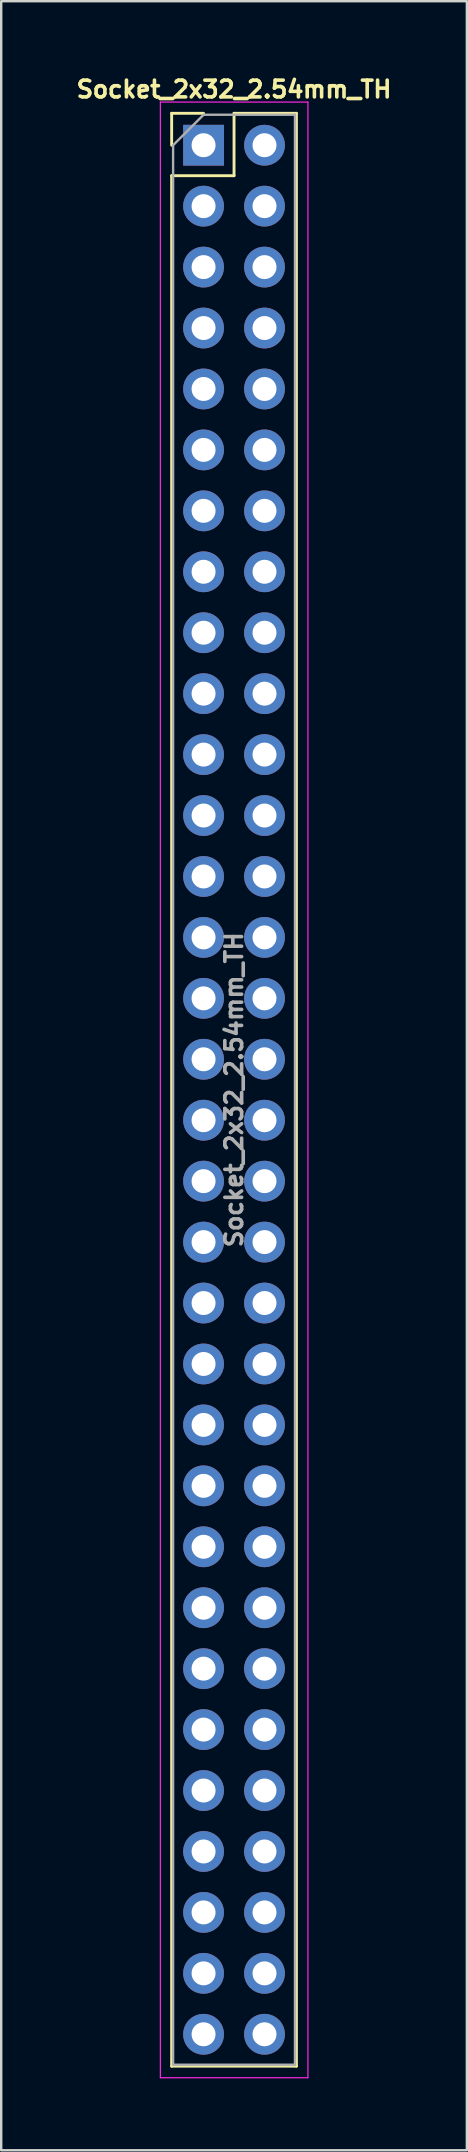
<source format=kicad_pcb>
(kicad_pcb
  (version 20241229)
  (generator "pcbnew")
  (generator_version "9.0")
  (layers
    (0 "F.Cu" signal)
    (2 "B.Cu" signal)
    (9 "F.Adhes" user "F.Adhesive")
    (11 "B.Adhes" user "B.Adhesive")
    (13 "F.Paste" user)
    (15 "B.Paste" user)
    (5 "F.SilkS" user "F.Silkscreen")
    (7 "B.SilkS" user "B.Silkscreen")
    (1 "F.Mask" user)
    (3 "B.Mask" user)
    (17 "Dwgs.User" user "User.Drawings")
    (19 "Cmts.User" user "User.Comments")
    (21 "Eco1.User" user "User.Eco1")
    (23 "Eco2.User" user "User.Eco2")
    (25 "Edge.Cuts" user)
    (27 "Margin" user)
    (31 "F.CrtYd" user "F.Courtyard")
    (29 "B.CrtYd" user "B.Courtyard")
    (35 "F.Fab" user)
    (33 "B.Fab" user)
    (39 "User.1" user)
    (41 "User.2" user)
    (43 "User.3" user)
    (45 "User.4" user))
  (footprint "Socket_2x32_2.54mm_TH"
    (layer "F.Cu")
    (at 5.435 3.003)
    (property "Reference" "Socket_2x32_2.54mm_TH" (at 1.27 -2.33 0) (layer "F.SilkS") (effects (font (size 0.7 0.7) (thickness 0.15))))
    (attr through_hole)
    (fp_line (start -1.33 -1.33) (end 0 -1.33) (stroke (width 0.12) (type solid)) (layer "F.SilkS"))
    (fp_line (start -1.33 0) (end -1.33 -1.33) (stroke (width 0.12) (type solid)) (layer "F.SilkS"))
    (fp_line (start -1.33 1.27) (end -1.33 80.07) (stroke (width 0.12) (type solid)) (layer "F.SilkS"))
    (fp_line (start -1.33 1.27) (end 1.27 1.27) (stroke (width 0.12) (type solid)) (layer "F.SilkS"))
    (fp_line (start -1.33 80.07) (end 3.87 80.07) (stroke (width 0.12) (type solid)) (layer "F.SilkS"))
    (fp_line (start 1.27 -1.33) (end 3.87 -1.33) (stroke (width 0.12) (type solid)) (layer "F.SilkS"))
    (fp_line (start 1.27 1.27) (end 1.27 -1.33) (stroke (width 0.12) (type solid)) (layer "F.SilkS"))
    (fp_line (start 3.87 -1.33) (end 3.87 80.07) (stroke (width 0.12) (type solid)) (layer "F.SilkS"))
    (fp_line (start -1.8 -1.8) (end -1.8 80.55) (stroke (width 0.05) (type solid)) (layer "F.CrtYd"))
    (fp_line (start -1.8 80.55) (end 4.35 80.55) (stroke (width 0.05) (type solid)) (layer "F.CrtYd"))
    (fp_line (start 4.35 -1.8) (end -1.8 -1.8) (stroke (width 0.05) (type solid)) (layer "F.CrtYd"))
    (fp_line (start 4.35 80.55) (end 4.35 -1.8) (stroke (width 0.05) (type solid)) (layer "F.CrtYd"))
    (fp_line (start -1.27 0) (end 0 -1.27) (stroke (width 0.1) (type solid)) (layer "F.Fab"))
    (fp_line (start -1.27 80.01) (end -1.27 0) (stroke (width 0.1) (type solid)) (layer "F.Fab"))
    (fp_line (start 0 -1.27) (end 3.81 -1.27) (stroke (width 0.1) (type solid)) (layer "F.Fab"))
    (fp_line (start 3.81 -1.27) (end 3.81 80.01) (stroke (width 0.1) (type solid)) (layer "F.Fab"))
    (fp_line (start 3.81 80.01) (end -1.27 80.01) (stroke (width 0.1) (type solid)) (layer "F.Fab"))
    (fp_text user "${REFERENCE}" (at 1.27 39.37 90) (layer "F.Fab") (effects (font (size 0.7 0.7) (thickness 0.15))))
    (pad "1" thru_hole rect (at 0 0) (size 1.7 1.7) (drill 1) (layers "*.Cu" "*.Mask"))
    (pad "2" thru_hole oval (at 2.54 0) (size 1.7 1.7) (drill 1) (layers "*.Cu" "*.Mask"))
    (pad "3" thru_hole oval (at 0 2.54) (size 1.7 1.7) (drill 1) (layers "*.Cu" "*.Mask"))
    (pad "4" thru_hole oval (at 2.54 2.54) (size 1.7 1.7) (drill 1) (layers "*.Cu" "*.Mask"))
    (pad "5" thru_hole oval (at 0 5.08) (size 1.7 1.7) (drill 1) (layers "*.Cu" "*.Mask"))
    (pad "6" thru_hole oval (at 2.54 5.08) (size 1.7 1.7) (drill 1) (layers "*.Cu" "*.Mask"))
    (pad "7" thru_hole oval (at 0 7.62) (size 1.7 1.7) (drill 1) (layers "*.Cu" "*.Mask"))
    (pad "8" thru_hole oval (at 2.54 7.62) (size 1.7 1.7) (drill 1) (layers "*.Cu" "*.Mask"))
    (pad "9" thru_hole oval (at 0 10.16) (size 1.7 1.7) (drill 1) (layers "*.Cu" "*.Mask"))
    (pad "10" thru_hole oval (at 2.54 10.16) (size 1.7 1.7) (drill 1) (layers "*.Cu" "*.Mask"))
    (pad "11" thru_hole oval (at 0 12.7) (size 1.7 1.7) (drill 1) (layers "*.Cu" "*.Mask"))
    (pad "12" thru_hole oval (at 2.54 12.7) (size 1.7 1.7) (drill 1) (layers "*.Cu" "*.Mask"))
    (pad "13" thru_hole oval (at 0 15.24) (size 1.7 1.7) (drill 1) (layers "*.Cu" "*.Mask"))
    (pad "14" thru_hole oval (at 2.54 15.24) (size 1.7 1.7) (drill 1) (layers "*.Cu" "*.Mask"))
    (pad "15" thru_hole oval (at 0 17.78) (size 1.7 1.7) (drill 1) (layers "*.Cu" "*.Mask"))
    (pad "16" thru_hole oval (at 2.54 17.78) (size 1.7 1.7) (drill 1) (layers "*.Cu" "*.Mask"))
    (pad "17" thru_hole oval (at 0 20.32) (size 1.7 1.7) (drill 1) (layers "*.Cu" "*.Mask"))
    (pad "18" thru_hole oval (at 2.54 20.32) (size 1.7 1.7) (drill 1) (layers "*.Cu" "*.Mask"))
    (pad "19" thru_hole oval (at 0 22.86) (size 1.7 1.7) (drill 1) (layers "*.Cu" "*.Mask"))
    (pad "20" thru_hole oval (at 2.54 22.86) (size 1.7 1.7) (drill 1) (layers "*.Cu" "*.Mask"))
    (pad "21" thru_hole oval (at 0 25.4) (size 1.7 1.7) (drill 1) (layers "*.Cu" "*.Mask"))
    (pad "22" thru_hole oval (at 2.54 25.4) (size 1.7 1.7) (drill 1) (layers "*.Cu" "*.Mask"))
    (pad "23" thru_hole oval (at 0 27.94) (size 1.7 1.7) (drill 1) (layers "*.Cu" "*.Mask"))
    (pad "24" thru_hole oval (at 2.54 27.94) (size 1.7 1.7) (drill 1) (layers "*.Cu" "*.Mask"))
    (pad "25" thru_hole oval (at 0 30.48) (size 1.7 1.7) (drill 1) (layers "*.Cu" "*.Mask"))
    (pad "26" thru_hole oval (at 2.54 30.48) (size 1.7 1.7) (drill 1) (layers "*.Cu" "*.Mask"))
    (pad "27" thru_hole oval (at 0 33.02) (size 1.7 1.7) (drill 1) (layers "*.Cu" "*.Mask"))
    (pad "28" thru_hole oval (at 2.54 33.02) (size 1.7 1.7) (drill 1) (layers "*.Cu" "*.Mask"))
    (pad "29" thru_hole oval (at 0 35.56) (size 1.7 1.7) (drill 1) (layers "*.Cu" "*.Mask"))
    (pad "30" thru_hole oval (at 2.54 35.56) (size 1.7 1.7) (drill 1) (layers "*.Cu" "*.Mask"))
    (pad "31" thru_hole oval (at 0 38.1) (size 1.7 1.7) (drill 1) (layers "*.Cu" "*.Mask"))
    (pad "32" thru_hole oval (at 2.54 38.1) (size 1.7 1.7) (drill 1) (layers "*.Cu" "*.Mask"))
    (pad "33" thru_hole oval (at 0 40.64) (size 1.7 1.7) (drill 1) (layers "*.Cu" "*.Mask"))
    (pad "34" thru_hole oval (at 2.54 40.64) (size 1.7 1.7) (drill 1) (layers "*.Cu" "*.Mask"))
    (pad "35" thru_hole oval (at 0 43.18) (size 1.7 1.7) (drill 1) (layers "*.Cu" "*.Mask"))
    (pad "36" thru_hole oval (at 2.54 43.18) (size 1.7 1.7) (drill 1) (layers "*.Cu" "*.Mask"))
    (pad "37" thru_hole oval (at 0 45.72) (size 1.7 1.7) (drill 1) (layers "*.Cu" "*.Mask"))
    (pad "38" thru_hole oval (at 2.54 45.72) (size 1.7 1.7) (drill 1) (layers "*.Cu" "*.Mask"))
    (pad "39" thru_hole oval (at 0 48.26) (size 1.7 1.7) (drill 1) (layers "*.Cu" "*.Mask"))
    (pad "40" thru_hole oval (at 2.54 48.26) (size 1.7 1.7) (drill 1) (layers "*.Cu" "*.Mask"))
    (pad "41" thru_hole oval (at 0 50.8) (size 1.7 1.7) (drill 1) (layers "*.Cu" "*.Mask"))
    (pad "42" thru_hole oval (at 2.54 50.8) (size 1.7 1.7) (drill 1) (layers "*.Cu" "*.Mask"))
    (pad "43" thru_hole oval (at 0 53.34) (size 1.7 1.7) (drill 1) (layers "*.Cu" "*.Mask"))
    (pad "44" thru_hole oval (at 2.54 53.34) (size 1.7 1.7) (drill 1) (layers "*.Cu" "*.Mask"))
    (pad "45" thru_hole oval (at 0 55.88) (size 1.7 1.7) (drill 1) (layers "*.Cu" "*.Mask"))
    (pad "46" thru_hole oval (at 2.54 55.88) (size 1.7 1.7) (drill 1) (layers "*.Cu" "*.Mask"))
    (pad "47" thru_hole oval (at 0 58.42) (size 1.7 1.7) (drill 1) (layers "*.Cu" "*.Mask"))
    (pad "48" thru_hole oval (at 2.54 58.42) (size 1.7 1.7) (drill 1) (layers "*.Cu" "*.Mask"))
    (pad "49" thru_hole oval (at 0 60.96) (size 1.7 1.7) (drill 1) (layers "*.Cu" "*.Mask"))
    (pad "50" thru_hole oval (at 2.54 60.96) (size 1.7 1.7) (drill 1) (layers "*.Cu" "*.Mask"))
    (pad "51" thru_hole oval (at 0 63.5) (size 1.7 1.7) (drill 1) (layers "*.Cu" "*.Mask"))
    (pad "52" thru_hole oval (at 2.54 63.5) (size 1.7 1.7) (drill 1) (layers "*.Cu" "*.Mask"))
    (pad "53" thru_hole oval (at 0 66.04) (size 1.7 1.7) (drill 1) (layers "*.Cu" "*.Mask"))
    (pad "54" thru_hole oval (at 2.54 66.04) (size 1.7 1.7) (drill 1) (layers "*.Cu" "*.Mask"))
    (pad "55" thru_hole oval (at 0 68.58) (size 1.7 1.7) (drill 1) (layers "*.Cu" "*.Mask"))
    (pad "56" thru_hole oval (at 2.54 68.58) (size 1.7 1.7) (drill 1) (layers "*.Cu" "*.Mask"))
    (pad "57" thru_hole oval (at 0 71.12) (size 1.7 1.7) (drill 1) (layers "*.Cu" "*.Mask"))
    (pad "58" thru_hole oval (at 2.54 71.12) (size 1.7 1.7) (drill 1) (layers "*.Cu" "*.Mask"))
    (pad "59" thru_hole oval (at 0 73.66) (size 1.7 1.7) (drill 1) (layers "*.Cu" "*.Mask"))
    (pad "60" thru_hole oval (at 2.54 73.66) (size 1.7 1.7) (drill 1) (layers "*.Cu" "*.Mask"))
    (pad "61" thru_hole oval (at 0 76.2) (size 1.7 1.7) (drill 1) (layers "*.Cu" "*.Mask"))
    (pad "62" thru_hole oval (at 2.54 76.2) (size 1.7 1.7) (drill 1) (layers "*.Cu" "*.Mask"))
    (pad "63" thru_hole oval (at 0 78.74) (size 1.7 1.7) (drill 1) (layers "*.Cu" "*.Mask"))
    (pad "64" thru_hole oval (at 2.54 78.74) (size 1.7 1.7) (drill 1) (layers "*.Cu" "*.Mask")))
  (gr_rect
    (start -3 -3)
    (end 16.41 86.578)
    (stroke (width 0.1) (type default))
    (fill no)
    (layer "Edge.Cuts")))
</source>
